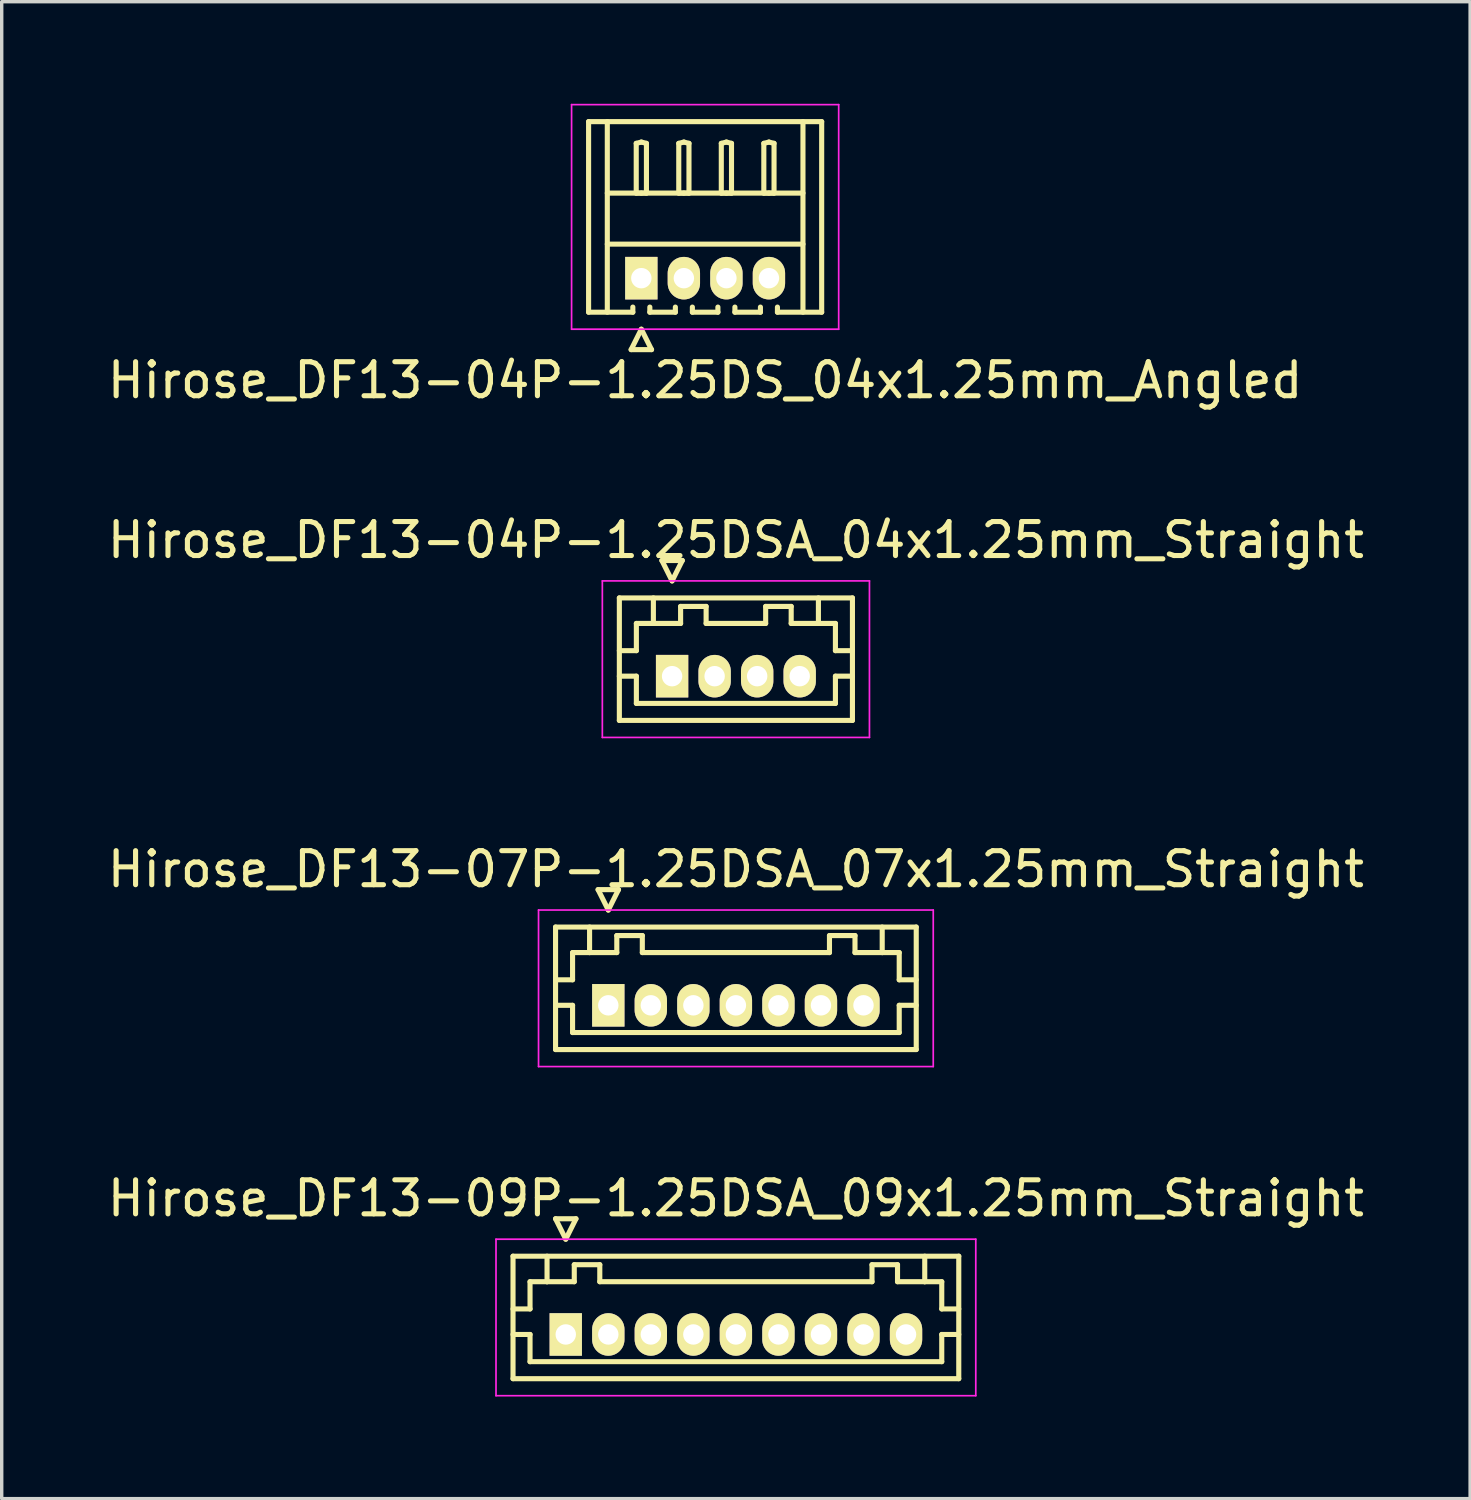
<source format=kicad_pcb>
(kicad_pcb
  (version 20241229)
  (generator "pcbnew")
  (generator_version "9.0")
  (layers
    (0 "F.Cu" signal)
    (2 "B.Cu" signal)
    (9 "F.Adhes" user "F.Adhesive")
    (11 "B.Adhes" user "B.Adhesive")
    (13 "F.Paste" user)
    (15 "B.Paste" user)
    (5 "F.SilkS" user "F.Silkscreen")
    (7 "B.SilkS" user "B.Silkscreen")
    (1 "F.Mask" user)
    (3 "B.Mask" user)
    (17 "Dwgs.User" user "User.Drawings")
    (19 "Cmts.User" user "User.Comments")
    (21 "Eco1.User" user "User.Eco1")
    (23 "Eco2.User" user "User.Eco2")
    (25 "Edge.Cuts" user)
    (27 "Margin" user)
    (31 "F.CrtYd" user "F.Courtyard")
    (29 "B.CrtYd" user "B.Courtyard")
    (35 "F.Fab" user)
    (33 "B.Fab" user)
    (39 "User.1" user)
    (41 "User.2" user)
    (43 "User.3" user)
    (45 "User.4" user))
  (footprint "Hirose_DF13-09P-1.25DSA_09x1.25mm_Straight"
    (layer "F.Cu")
    (at 13.577 36.168)
    (property "Reference" "Hirose_DF13-09P-1.25DSA_09x1.25mm_Straight" (at 5 -4 0) (layer "F.SilkS") (effects (font (size 1 1) (thickness 0.15))))
    (attr through_hole)
    (fp_line (start -1.55 -2.3) (end -1.55 1.3) (stroke (width 0.15) (type solid)) (layer "F.SilkS"))
    (fp_line (start -1.55 -0.75) (end -1.05 -0.75) (stroke (width 0.15) (type solid)) (layer "F.SilkS"))
    (fp_line (start -1.55 0) (end -1.05 0) (stroke (width 0.15) (type solid)) (layer "F.SilkS"))
    (fp_line (start -1.55 1.3) (end 11.55 1.3) (stroke (width 0.15) (type solid)) (layer "F.SilkS"))
    (fp_line (start -1.05 -1.55) (end -0.55 -1.55) (stroke (width 0.15) (type solid)) (layer "F.SilkS"))
    (fp_line (start -1.05 -0.75) (end -1.05 -1.55) (stroke (width 0.15) (type solid)) (layer "F.SilkS"))
    (fp_line (start -1.05 0) (end -1.05 0.8) (stroke (width 0.15) (type solid)) (layer "F.SilkS"))
    (fp_line (start -1.05 0.8) (end 11.05 0.8) (stroke (width 0.15) (type solid)) (layer "F.SilkS"))
    (fp_line (start -0.55 -1.55) (end -0.55 -2.3) (stroke (width 0.15) (type solid)) (layer "F.SilkS"))
    (fp_line (start -0.55 -1.55) (end 0.25 -1.55) (stroke (width 0.15) (type solid)) (layer "F.SilkS"))
    (fp_line (start -0.3 -3.4) (end 0.3 -3.4) (stroke (width 0.15) (type solid)) (layer "F.SilkS"))
    (fp_line (start 0 -2.8) (end -0.3 -3.4) (stroke (width 0.15) (type solid)) (layer "F.SilkS"))
    (fp_line (start 0.25 -2.05) (end 1 -2.05) (stroke (width 0.15) (type solid)) (layer "F.SilkS"))
    (fp_line (start 0.25 -1.55) (end 0.25 -2.05) (stroke (width 0.15) (type solid)) (layer "F.SilkS"))
    (fp_line (start 0.3 -3.4) (end 0 -2.8) (stroke (width 0.15) (type solid)) (layer "F.SilkS"))
    (fp_line (start 1 -2.05) (end 1 -1.55) (stroke (width 0.15) (type solid)) (layer "F.SilkS"))
    (fp_line (start 1 -1.55) (end 9 -1.55) (stroke (width 0.15) (type solid)) (layer "F.SilkS"))
    (fp_line (start 9 -2.05) (end 9.75 -2.05) (stroke (width 0.15) (type solid)) (layer "F.SilkS"))
    (fp_line (start 9 -1.55) (end 9 -2.05) (stroke (width 0.15) (type solid)) (layer "F.SilkS"))
    (fp_line (start 9.75 -2.05) (end 9.75 -1.55) (stroke (width 0.15) (type solid)) (layer "F.SilkS"))
    (fp_line (start 9.75 -1.55) (end 10.55 -1.55) (stroke (width 0.15) (type solid)) (layer "F.SilkS"))
    (fp_line (start 10.55 -1.55) (end 10.55 -2.3) (stroke (width 0.15) (type solid)) (layer "F.SilkS"))
    (fp_line (start 11.05 -1.55) (end 10.55 -1.55) (stroke (width 0.15) (type solid)) (layer "F.SilkS"))
    (fp_line (start 11.05 -0.75) (end 11.05 -1.55) (stroke (width 0.15) (type solid)) (layer "F.SilkS"))
    (fp_line (start 11.05 0) (end 11.55 0) (stroke (width 0.15) (type solid)) (layer "F.SilkS"))
    (fp_line (start 11.05 0.8) (end 11.05 0) (stroke (width 0.15) (type solid)) (layer "F.SilkS"))
    (fp_line (start 11.55 -2.3) (end -1.55 -2.3) (stroke (width 0.15) (type solid)) (layer "F.SilkS"))
    (fp_line (start 11.55 -0.75) (end 11.05 -0.75) (stroke (width 0.15) (type solid)) (layer "F.SilkS"))
    (fp_line (start 11.55 1.3) (end 11.55 -2.3) (stroke (width 0.15) (type solid)) (layer "F.SilkS"))
    (fp_line (start -2.05 -2.8) (end -2.05 1.8) (stroke (width 0.05) (type solid)) (layer "F.CrtYd"))
    (fp_line (start -2.05 1.8) (end 12.05 1.8) (stroke (width 0.05) (type solid)) (layer "F.CrtYd"))
    (fp_line (start 12.05 -2.8) (end -2.05 -2.8) (stroke (width 0.05) (type solid)) (layer "F.CrtYd"))
    (fp_line (start 12.05 1.8) (end 12.05 -2.8) (stroke (width 0.05) (type solid)) (layer "F.CrtYd"))
    (pad "1" thru_hole rect (at 0 0) (size 0.95 1.25) (drill 0.6) (layers "*.Cu" "*.Mask" "F.SilkS"))
    (pad "2" thru_hole oval (at 1.25 0) (size 0.95 1.25) (drill 0.6) (layers "*.Cu" "*.Mask" "F.SilkS"))
    (pad "3" thru_hole oval (at 2.5 0) (size 0.95 1.25) (drill 0.6) (layers "*.Cu" "*.Mask" "F.SilkS"))
    (pad "4" thru_hole oval (at 3.75 0) (size 0.95 1.25) (drill 0.6) (layers "*.Cu" "*.Mask" "F.SilkS"))
    (pad "5" thru_hole oval (at 5 0) (size 0.95 1.25) (drill 0.6) (layers "*.Cu" "*.Mask" "F.SilkS"))
    (pad "6" thru_hole oval (at 6.25 0) (size 0.95 1.25) (drill 0.6) (layers "*.Cu" "*.Mask" "F.SilkS"))
    (pad "7" thru_hole oval (at 7.5 0) (size 0.95 1.25) (drill 0.6) (layers "*.Cu" "*.Mask" "F.SilkS"))
    (pad "8" thru_hole oval (at 8.75 0) (size 0.95 1.25) (drill 0.6) (layers "*.Cu" "*.Mask" "F.SilkS"))
    (pad "9" thru_hole oval (at 10 0) (size 0.95 1.25) (drill 0.6) (layers "*.Cu" "*.Mask" "F.SilkS")))
  (footprint "Hirose_DF13-04P-1.25DS_04x1.25mm_Angled"
    (layer "F.Cu")
    (at 15.798 5.125)
    (property "Reference" "Hirose_DF13-04P-1.25DS_04x1.25mm_Angled" (at 1.875 3 0) (layer "F.SilkS") (effects (font (size 1 1) (thickness 0.15))))
    (attr through_hole)
    (fp_line (start -1.55 -4.6) (end 5.3 -4.6) (stroke (width 0.15) (type solid)) (layer "F.SilkS"))
    (fp_line (start -1.55 1) (end -1.55 -4.6) (stroke (width 0.15) (type solid)) (layer "F.SilkS"))
    (fp_line (start -1 -4.6) (end -1 1) (stroke (width 0.15) (type solid)) (layer "F.SilkS"))
    (fp_line (start -1 -2.5) (end 4.75 -2.5) (stroke (width 0.15) (type solid)) (layer "F.SilkS"))
    (fp_line (start -1 -1) (end 4.75 -1) (stroke (width 0.15) (type solid)) (layer "F.SilkS"))
    (fp_line (start -0.3 2.1) (end 0.3 2.1) (stroke (width 0.15) (type solid)) (layer "F.SilkS"))
    (fp_line (start -0.25 0.85) (end -0.25 1) (stroke (width 0.15) (type solid)) (layer "F.SilkS"))
    (fp_line (start -0.25 1) (end -1.55 1) (stroke (width 0.15) (type solid)) (layer "F.SilkS"))
    (fp_line (start -0.15 -3.962) (end 0 -4) (stroke (width 0.15) (type solid)) (layer "F.SilkS"))
    (fp_line (start -0.15 -2.5) (end -0.15 -3.962) (stroke (width 0.15) (type solid)) (layer "F.SilkS"))
    (fp_line (start 0 -4) (end 0.15 -3.962) (stroke (width 0.15) (type solid)) (layer "F.SilkS"))
    (fp_line (start 0 -2.5) (end -0.15 -2.5) (stroke (width 0.15) (type solid)) (layer "F.SilkS"))
    (fp_line (start 0 1.5) (end -0.3 2.1) (stroke (width 0.15) (type solid)) (layer "F.SilkS"))
    (fp_line (start 0.15 -3.962) (end 0.15 -2.5) (stroke (width 0.15) (type solid)) (layer "F.SilkS"))
    (fp_line (start 0.15 -2.5) (end 0 -2.5) (stroke (width 0.15) (type solid)) (layer "F.SilkS"))
    (fp_line (start 0.25 0.85) (end 0.25 1) (stroke (width 0.15) (type solid)) (layer "F.SilkS"))
    (fp_line (start 0.25 1) (end 1 1) (stroke (width 0.15) (type solid)) (layer "F.SilkS"))
    (fp_line (start 0.3 2.1) (end 0 1.5) (stroke (width 0.15) (type solid)) (layer "F.SilkS"))
    (fp_line (start 1 1) (end 1 0.85) (stroke (width 0.15) (type solid)) (layer "F.SilkS"))
    (fp_line (start 1.1 -3.962) (end 1.25 -4) (stroke (width 0.15) (type solid)) (layer "F.SilkS"))
    (fp_line (start 1.1 -2.5) (end 1.1 -3.962) (stroke (width 0.15) (type solid)) (layer "F.SilkS"))
    (fp_line (start 1.25 -4) (end 1.4 -3.962) (stroke (width 0.15) (type solid)) (layer "F.SilkS"))
    (fp_line (start 1.25 -2.5) (end 1.1 -2.5) (stroke (width 0.15) (type solid)) (layer "F.SilkS"))
    (fp_line (start 1.4 -3.962) (end 1.4 -2.5) (stroke (width 0.15) (type solid)) (layer "F.SilkS"))
    (fp_line (start 1.4 -2.5) (end 1.25 -2.5) (stroke (width 0.15) (type solid)) (layer "F.SilkS"))
    (fp_line (start 1.5 0.85) (end 1.5 1) (stroke (width 0.15) (type solid)) (layer "F.SilkS"))
    (fp_line (start 1.5 1) (end 2.25 1) (stroke (width 0.15) (type solid)) (layer "F.SilkS"))
    (fp_line (start 2.25 1) (end 2.25 0.85) (stroke (width 0.15) (type solid)) (layer "F.SilkS"))
    (fp_line (start 2.35 -3.962) (end 2.5 -4) (stroke (width 0.15) (type solid)) (layer "F.SilkS"))
    (fp_line (start 2.35 -2.5) (end 2.35 -3.962) (stroke (width 0.15) (type solid)) (layer "F.SilkS"))
    (fp_line (start 2.5 -4) (end 2.65 -3.962) (stroke (width 0.15) (type solid)) (layer "F.SilkS"))
    (fp_line (start 2.5 -2.5) (end 2.35 -2.5) (stroke (width 0.15) (type solid)) (layer "F.SilkS"))
    (fp_line (start 2.65 -3.962) (end 2.65 -2.5) (stroke (width 0.15) (type solid)) (layer "F.SilkS"))
    (fp_line (start 2.65 -2.5) (end 2.5 -2.5) (stroke (width 0.15) (type solid)) (layer "F.SilkS"))
    (fp_line (start 2.75 0.85) (end 2.75 1) (stroke (width 0.15) (type solid)) (layer "F.SilkS"))
    (fp_line (start 2.75 1) (end 3.5 1) (stroke (width 0.15) (type solid)) (layer "F.SilkS"))
    (fp_line (start 3.5 1) (end 3.5 0.85) (stroke (width 0.15) (type solid)) (layer "F.SilkS"))
    (fp_line (start 3.6 -3.962) (end 3.75 -4) (stroke (width 0.15) (type solid)) (layer "F.SilkS"))
    (fp_line (start 3.6 -2.5) (end 3.6 -3.962) (stroke (width 0.15) (type solid)) (layer "F.SilkS"))
    (fp_line (start 3.75 -4) (end 3.9 -3.962) (stroke (width 0.15) (type solid)) (layer "F.SilkS"))
    (fp_line (start 3.75 -2.5) (end 3.6 -2.5) (stroke (width 0.15) (type solid)) (layer "F.SilkS"))
    (fp_line (start 3.9 -3.962) (end 3.9 -2.5) (stroke (width 0.15) (type solid)) (layer "F.SilkS"))
    (fp_line (start 3.9 -2.5) (end 3.75 -2.5) (stroke (width 0.15) (type solid)) (layer "F.SilkS"))
    (fp_line (start 4 1) (end 4 0.85) (stroke (width 0.15) (type solid)) (layer "F.SilkS"))
    (fp_line (start 4.75 -4.6) (end 4.75 1) (stroke (width 0.15) (type solid)) (layer "F.SilkS"))
    (fp_line (start 5.3 -4.6) (end 5.3 1) (stroke (width 0.15) (type solid)) (layer "F.SilkS"))
    (fp_line (start 5.3 1) (end 4 1) (stroke (width 0.15) (type solid)) (layer "F.SilkS"))
    (fp_line (start -2.05 -5.1) (end -2.05 1.5) (stroke (width 0.05) (type solid)) (layer "F.CrtYd"))
    (fp_line (start -2.05 1.5) (end 5.8 1.5) (stroke (width 0.05) (type solid)) (layer "F.CrtYd"))
    (fp_line (start 5.8 -5.1) (end -2.05 -5.1) (stroke (width 0.05) (type solid)) (layer "F.CrtYd"))
    (fp_line (start 5.8 1.5) (end 5.8 -5.1) (stroke (width 0.05) (type solid)) (layer "F.CrtYd"))
    (pad "1" thru_hole rect (at 0 0) (size 0.95 1.25) (drill 0.6) (layers "*.Cu" "*.Mask" "F.SilkS"))
    (pad "2" thru_hole oval (at 1.25 0) (size 0.95 1.25) (drill 0.6) (layers "*.Cu" "*.Mask" "F.SilkS"))
    (pad "3" thru_hole oval (at 2.5 0) (size 0.95 1.25) (drill 0.6) (layers "*.Cu" "*.Mask" "F.SilkS"))
    (pad "4" thru_hole oval (at 3.75 0) (size 0.95 1.25) (drill 0.6) (layers "*.Cu" "*.Mask" "F.SilkS")))
  (footprint "Hirose_DF13-04P-1.25DSA_04x1.25mm_Straight"
    (layer "F.Cu")
    (at 16.702 16.822)
    (property "Reference" "Hirose_DF13-04P-1.25DSA_04x1.25mm_Straight" (at 1.875 -4 0) (layer "F.SilkS") (effects (font (size 1 1) (thickness 0.15))))
    (attr through_hole)
    (fp_line (start -1.55 -2.3) (end -1.55 1.3) (stroke (width 0.15) (type solid)) (layer "F.SilkS"))
    (fp_line (start -1.55 -0.75) (end -1.05 -0.75) (stroke (width 0.15) (type solid)) (layer "F.SilkS"))
    (fp_line (start -1.55 0) (end -1.05 0) (stroke (width 0.15) (type solid)) (layer "F.SilkS"))
    (fp_line (start -1.55 1.3) (end 5.3 1.3) (stroke (width 0.15) (type solid)) (layer "F.SilkS"))
    (fp_line (start -1.05 -1.55) (end -0.55 -1.55) (stroke (width 0.15) (type solid)) (layer "F.SilkS"))
    (fp_line (start -1.05 -0.75) (end -1.05 -1.55) (stroke (width 0.15) (type solid)) (layer "F.SilkS"))
    (fp_line (start -1.05 0) (end -1.05 0.8) (stroke (width 0.15) (type solid)) (layer "F.SilkS"))
    (fp_line (start -1.05 0.8) (end 4.8 0.8) (stroke (width 0.15) (type solid)) (layer "F.SilkS"))
    (fp_line (start -0.55 -1.55) (end -0.55 -2.3) (stroke (width 0.15) (type solid)) (layer "F.SilkS"))
    (fp_line (start -0.55 -1.55) (end 0.25 -1.55) (stroke (width 0.15) (type solid)) (layer "F.SilkS"))
    (fp_line (start -0.3 -3.4) (end 0.3 -3.4) (stroke (width 0.15) (type solid)) (layer "F.SilkS"))
    (fp_line (start 0 -2.8) (end -0.3 -3.4) (stroke (width 0.15) (type solid)) (layer "F.SilkS"))
    (fp_line (start 0.25 -2.05) (end 1 -2.05) (stroke (width 0.15) (type solid)) (layer "F.SilkS"))
    (fp_line (start 0.25 -1.55) (end 0.25 -2.05) (stroke (width 0.15) (type solid)) (layer "F.SilkS"))
    (fp_line (start 0.3 -3.4) (end 0 -2.8) (stroke (width 0.15) (type solid)) (layer "F.SilkS"))
    (fp_line (start 1 -2.05) (end 1 -1.55) (stroke (width 0.15) (type solid)) (layer "F.SilkS"))
    (fp_line (start 1 -1.55) (end 2.75 -1.55) (stroke (width 0.15) (type solid)) (layer "F.SilkS"))
    (fp_line (start 2.75 -2.05) (end 3.5 -2.05) (stroke (width 0.15) (type solid)) (layer "F.SilkS"))
    (fp_line (start 2.75 -1.55) (end 2.75 -2.05) (stroke (width 0.15) (type solid)) (layer "F.SilkS"))
    (fp_line (start 3.5 -2.05) (end 3.5 -1.55) (stroke (width 0.15) (type solid)) (layer "F.SilkS"))
    (fp_line (start 3.5 -1.55) (end 4.3 -1.55) (stroke (width 0.15) (type solid)) (layer "F.SilkS"))
    (fp_line (start 4.3 -1.55) (end 4.3 -2.3) (stroke (width 0.15) (type solid)) (layer "F.SilkS"))
    (fp_line (start 4.8 -1.55) (end 4.3 -1.55) (stroke (width 0.15) (type solid)) (layer "F.SilkS"))
    (fp_line (start 4.8 -0.75) (end 4.8 -1.55) (stroke (width 0.15) (type solid)) (layer "F.SilkS"))
    (fp_line (start 4.8 0) (end 5.3 0) (stroke (width 0.15) (type solid)) (layer "F.SilkS"))
    (fp_line (start 4.8 0.8) (end 4.8 0) (stroke (width 0.15) (type solid)) (layer "F.SilkS"))
    (fp_line (start 5.3 -2.3) (end -1.55 -2.3) (stroke (width 0.15) (type solid)) (layer "F.SilkS"))
    (fp_line (start 5.3 -0.75) (end 4.8 -0.75) (stroke (width 0.15) (type solid)) (layer "F.SilkS"))
    (fp_line (start 5.3 1.3) (end 5.3 -2.3) (stroke (width 0.15) (type solid)) (layer "F.SilkS"))
    (fp_line (start -2.05 -2.8) (end -2.05 1.8) (stroke (width 0.05) (type solid)) (layer "F.CrtYd"))
    (fp_line (start -2.05 1.8) (end 5.8 1.8) (stroke (width 0.05) (type solid)) (layer "F.CrtYd"))
    (fp_line (start 5.8 -2.8) (end -2.05 -2.8) (stroke (width 0.05) (type solid)) (layer "F.CrtYd"))
    (fp_line (start 5.8 1.8) (end 5.8 -2.8) (stroke (width 0.05) (type solid)) (layer "F.CrtYd"))
    (pad "1" thru_hole rect (at 0 0) (size 0.95 1.25) (drill 0.6) (layers "*.Cu" "*.Mask" "F.SilkS"))
    (pad "2" thru_hole oval (at 1.25 0) (size 0.95 1.25) (drill 0.6) (layers "*.Cu" "*.Mask" "F.SilkS"))
    (pad "3" thru_hole oval (at 2.5 0) (size 0.95 1.25) (drill 0.6) (layers "*.Cu" "*.Mask" "F.SilkS"))
    (pad "4" thru_hole oval (at 3.75 0) (size 0.95 1.25) (drill 0.6) (layers "*.Cu" "*.Mask" "F.SilkS")))
  (footprint "Hirose_DF13-07P-1.25DSA_07x1.25mm_Straight"
    (layer "F.Cu")
    (at 14.827 26.495)
    (property "Reference" "Hirose_DF13-07P-1.25DSA_07x1.25mm_Straight" (at 3.75 -4 0) (layer "F.SilkS") (effects (font (size 1 1) (thickness 0.15))))
    (attr through_hole)
    (fp_line (start -1.55 -2.3) (end -1.55 1.3) (stroke (width 0.15) (type solid)) (layer "F.SilkS"))
    (fp_line (start -1.55 -0.75) (end -1.05 -0.75) (stroke (width 0.15) (type solid)) (layer "F.SilkS"))
    (fp_line (start -1.55 0) (end -1.05 0) (stroke (width 0.15) (type solid)) (layer "F.SilkS"))
    (fp_line (start -1.55 1.3) (end 9.05 1.3) (stroke (width 0.15) (type solid)) (layer "F.SilkS"))
    (fp_line (start -1.05 -1.55) (end -0.55 -1.55) (stroke (width 0.15) (type solid)) (layer "F.SilkS"))
    (fp_line (start -1.05 -0.75) (end -1.05 -1.55) (stroke (width 0.15) (type solid)) (layer "F.SilkS"))
    (fp_line (start -1.05 0) (end -1.05 0.8) (stroke (width 0.15) (type solid)) (layer "F.SilkS"))
    (fp_line (start -1.05 0.8) (end 8.55 0.8) (stroke (width 0.15) (type solid)) (layer "F.SilkS"))
    (fp_line (start -0.55 -1.55) (end -0.55 -2.3) (stroke (width 0.15) (type solid)) (layer "F.SilkS"))
    (fp_line (start -0.55 -1.55) (end 0.25 -1.55) (stroke (width 0.15) (type solid)) (layer "F.SilkS"))
    (fp_line (start -0.3 -3.4) (end 0.3 -3.4) (stroke (width 0.15) (type solid)) (layer "F.SilkS"))
    (fp_line (start 0 -2.8) (end -0.3 -3.4) (stroke (width 0.15) (type solid)) (layer "F.SilkS"))
    (fp_line (start 0.25 -2.05) (end 1 -2.05) (stroke (width 0.15) (type solid)) (layer "F.SilkS"))
    (fp_line (start 0.25 -1.55) (end 0.25 -2.05) (stroke (width 0.15) (type solid)) (layer "F.SilkS"))
    (fp_line (start 0.3 -3.4) (end 0 -2.8) (stroke (width 0.15) (type solid)) (layer "F.SilkS"))
    (fp_line (start 1 -2.05) (end 1 -1.55) (stroke (width 0.15) (type solid)) (layer "F.SilkS"))
    (fp_line (start 1 -1.55) (end 6.5 -1.55) (stroke (width 0.15) (type solid)) (layer "F.SilkS"))
    (fp_line (start 6.5 -2.05) (end 7.25 -2.05) (stroke (width 0.15) (type solid)) (layer "F.SilkS"))
    (fp_line (start 6.5 -1.55) (end 6.5 -2.05) (stroke (width 0.15) (type solid)) (layer "F.SilkS"))
    (fp_line (start 7.25 -2.05) (end 7.25 -1.55) (stroke (width 0.15) (type solid)) (layer "F.SilkS"))
    (fp_line (start 7.25 -1.55) (end 8.05 -1.55) (stroke (width 0.15) (type solid)) (layer "F.SilkS"))
    (fp_line (start 8.05 -1.55) (end 8.05 -2.3) (stroke (width 0.15) (type solid)) (layer "F.SilkS"))
    (fp_line (start 8.55 -1.55) (end 8.05 -1.55) (stroke (width 0.15) (type solid)) (layer "F.SilkS"))
    (fp_line (start 8.55 -0.75) (end 8.55 -1.55) (stroke (width 0.15) (type solid)) (layer "F.SilkS"))
    (fp_line (start 8.55 0) (end 9.05 0) (stroke (width 0.15) (type solid)) (layer "F.SilkS"))
    (fp_line (start 8.55 0.8) (end 8.55 0) (stroke (width 0.15) (type solid)) (layer "F.SilkS"))
    (fp_line (start 9.05 -2.3) (end -1.55 -2.3) (stroke (width 0.15) (type solid)) (layer "F.SilkS"))
    (fp_line (start 9.05 -0.75) (end 8.55 -0.75) (stroke (width 0.15) (type solid)) (layer "F.SilkS"))
    (fp_line (start 9.05 1.3) (end 9.05 -2.3) (stroke (width 0.15) (type solid)) (layer "F.SilkS"))
    (fp_line (start -2.05 -2.8) (end -2.05 1.8) (stroke (width 0.05) (type solid)) (layer "F.CrtYd"))
    (fp_line (start -2.05 1.8) (end 9.55 1.8) (stroke (width 0.05) (type solid)) (layer "F.CrtYd"))
    (fp_line (start 9.55 -2.8) (end -2.05 -2.8) (stroke (width 0.05) (type solid)) (layer "F.CrtYd"))
    (fp_line (start 9.55 1.8) (end 9.55 -2.8) (stroke (width 0.05) (type solid)) (layer "F.CrtYd"))
    (pad "1" thru_hole rect (at 0 0) (size 0.95 1.25) (drill 0.6) (layers "*.Cu" "*.Mask" "F.SilkS"))
    (pad "2" thru_hole oval (at 1.25 0) (size 0.95 1.25) (drill 0.6) (layers "*.Cu" "*.Mask" "F.SilkS"))
    (pad "3" thru_hole oval (at 2.5 0) (size 0.95 1.25) (drill 0.6) (layers "*.Cu" "*.Mask" "F.SilkS"))
    (pad "4" thru_hole oval (at 3.75 0) (size 0.95 1.25) (drill 0.6) (layers "*.Cu" "*.Mask" "F.SilkS"))
    (pad "5" thru_hole oval (at 5 0) (size 0.95 1.25) (drill 0.6) (layers "*.Cu" "*.Mask" "F.SilkS"))
    (pad "6" thru_hole oval (at 6.25 0) (size 0.95 1.25) (drill 0.6) (layers "*.Cu" "*.Mask" "F.SilkS"))
    (pad "7" thru_hole oval (at 7.5 0) (size 0.95 1.25) (drill 0.6) (layers "*.Cu" "*.Mask" "F.SilkS")))
  (gr_rect
    (start -3 -3)
    (end 40.155 40.993)
    (stroke (width 0.1) (type default))
    (fill no)
    (layer "Edge.Cuts")))
</source>
